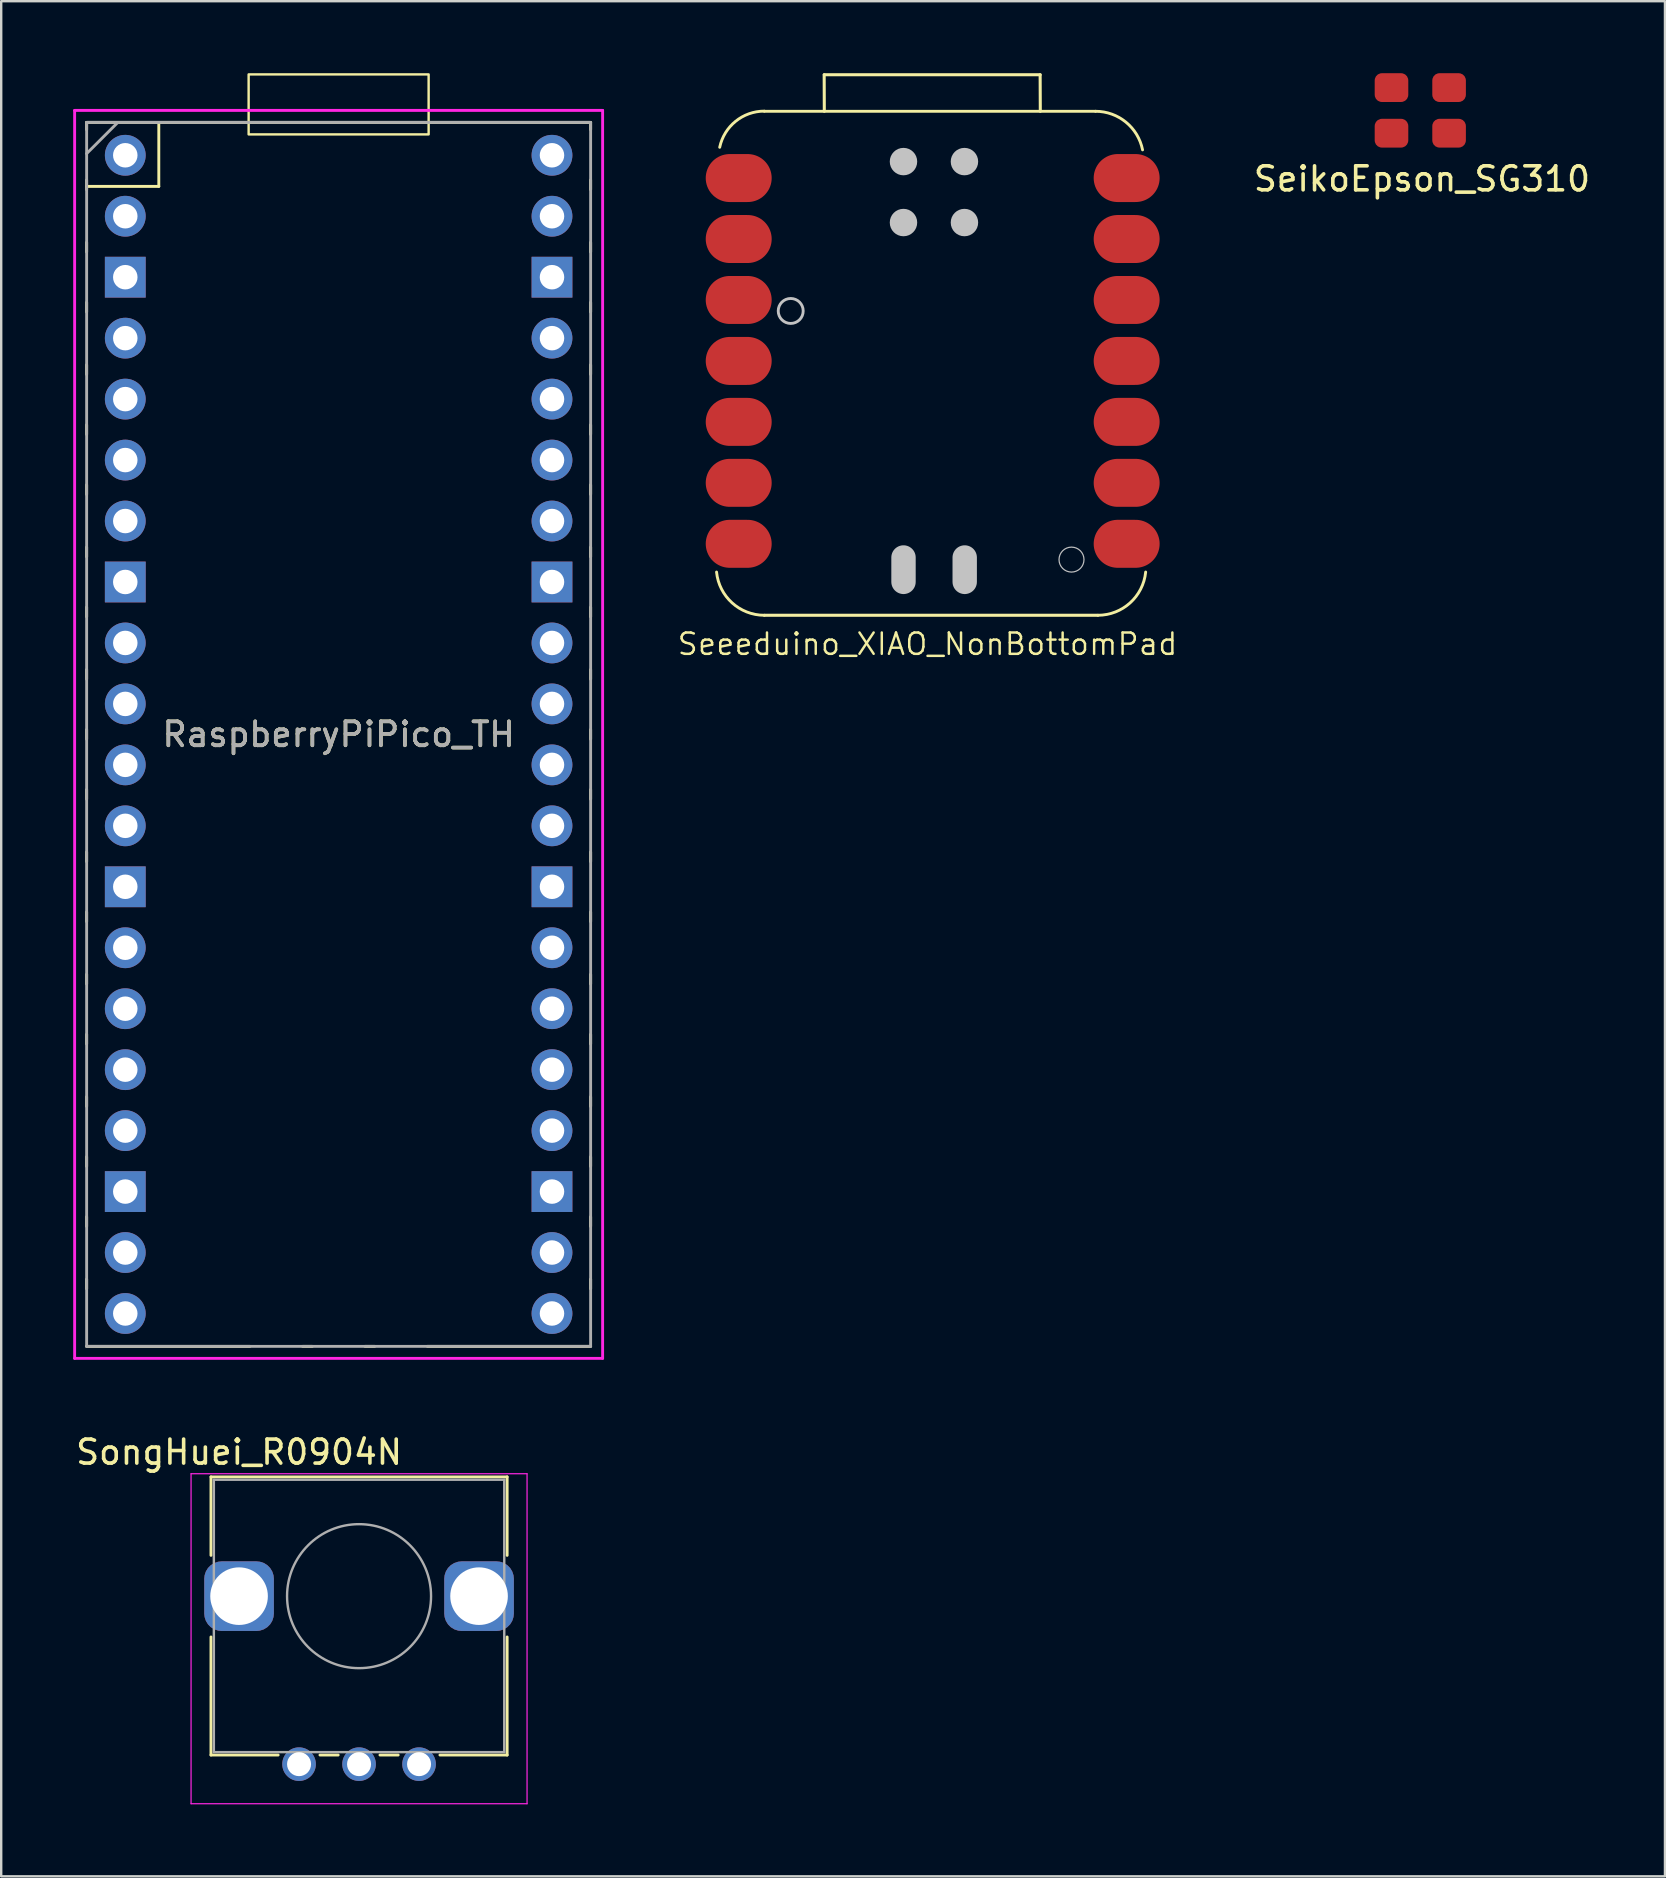
<source format=kicad_pcb>
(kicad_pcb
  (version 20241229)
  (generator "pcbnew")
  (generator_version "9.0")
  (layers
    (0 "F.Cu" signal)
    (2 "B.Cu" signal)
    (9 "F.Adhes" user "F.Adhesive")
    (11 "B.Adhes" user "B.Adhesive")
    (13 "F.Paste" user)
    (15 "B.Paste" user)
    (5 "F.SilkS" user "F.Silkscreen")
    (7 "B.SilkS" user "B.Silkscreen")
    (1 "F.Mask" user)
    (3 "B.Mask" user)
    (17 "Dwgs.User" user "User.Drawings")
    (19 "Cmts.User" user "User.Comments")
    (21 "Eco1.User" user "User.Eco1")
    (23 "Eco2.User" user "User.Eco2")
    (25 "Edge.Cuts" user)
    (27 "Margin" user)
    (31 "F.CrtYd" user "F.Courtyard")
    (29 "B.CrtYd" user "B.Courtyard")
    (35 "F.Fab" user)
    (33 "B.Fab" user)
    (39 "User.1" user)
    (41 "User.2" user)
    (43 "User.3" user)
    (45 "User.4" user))
  (footprint "Seeeduino_XIAO_NonBottomPad"
    (layer "F.Cu")
    (at 26.897 22.487)
    (property "Reference" "Seeeduino_XIAO_NonBottomPad" (at 8.7 1.3 0) (layer "F.SilkS") (effects (font (size 0.889 0.889) (thickness 0.102))))
    (attr smd)
    (fp_line (start 1.9 0.1) (end 15.8 0.1) (stroke (width 0.127) (type solid)) (layer "F.SilkS"))
    (fp_line (start 4.399 -22.423) (end 13.393 -22.423) (stroke (width 0.127) (type solid)) (layer "F.SilkS"))
    (fp_line (start 4.4 -20.9) (end 4.394 -22.423) (stroke (width 0.127) (type solid)) (layer "F.SilkS"))
    (fp_line (start 13.393 -22.423) (end 13.4 -20.9) (stroke (width 0.127) (type solid)) (layer "F.SilkS"))
    (fp_line (start 15.7 -20.9) (end 1.9 -20.9) (stroke (width 0.12) (type solid)) (layer "F.SilkS"))
    (fp_arc (start 0.041193 -19.4) (mid 0.70368 -20.482589) (end 1.9 -20.906506) (stroke (width 0.12) (type solid)) (layer "F.SilkS"))
    (fp_arc (start 1.9 0.1) (mid 0.557852 -0.417219) (end -0.090111 -1.701361) (stroke (width 0.12) (type solid)) (layer "F.SilkS"))
    (fp_arc (start 15.7 -20.9) (mid 16.967978 -20.446684) (end 17.661161 -19.292232) (stroke (width 0.12) (type solid)) (layer "F.SilkS"))
    (fp_arc (start 17.790074 -1.700993) (mid 17.142011 -0.417095) (end 15.8 0.1) (stroke (width 0.12) (type solid)) (layer "F.SilkS"))
    (fp_circle (center 3 -12.58) (end 3.52 -12.58) (stroke (width 0.12) (type solid)) (fill no) (layer "Dwgs.User"))
    (fp_circle (center 14.7 -2.22) (end 15.22 -2.22) (stroke (width 0.05) (type solid)) (fill no) (layer "Dwgs.User"))
    (pad "" smd circle (at 7.699 -18.804 90) (size 1.143 1.143) (layers "Dwgs.User"))
    (pad "" smd circle (at 7.699 -16.264 90) (size 1.143 1.143) (layers "Dwgs.User"))
    (pad "" smd oval (at 7.7 -1.8 90) (size 2.032 1.016) (layers "Dwgs.User"))
    (pad "" smd circle (at 10.239 -18.804 90) (size 1.143 1.143) (layers "Dwgs.User"))
    (pad "" smd circle (at 10.239 -16.264 90) (size 1.143 1.143) (layers "Dwgs.User"))
    (pad "" smd oval (at 10.25 -1.8 90) (size 2.032 1.016) (layers "Dwgs.User"))
    (pad "1" smd oval (at 0.833 -18.118) (size 2.748 1.999) (layers "F.Cu" "F.Mask" "F.Paste"))
    (pad "2" smd oval (at 0.833 -15.578) (size 2.748 1.999) (layers "F.Cu" "F.Mask" "F.Paste"))
    (pad "3" smd oval (at 0.833 -13.038) (size 2.748 1.999) (layers "F.Cu" "F.Mask" "F.Paste"))
    (pad "4" smd oval (at 0.833 -10.498) (size 2.748 1.999) (layers "F.Cu" "F.Mask" "F.Paste"))
    (pad "5" smd oval (at 0.833 -7.958) (size 2.748 1.999) (layers "F.Cu" "F.Mask" "F.Paste"))
    (pad "6" smd oval (at 0.833 -5.418) (size 2.748 1.999) (layers "F.Cu" "F.Mask" "F.Paste"))
    (pad "7" smd oval (at 0.833 -2.878) (size 2.748 1.999) (layers "F.Cu" "F.Mask" "F.Paste"))
    (pad "8" smd oval (at 16.998 -2.878) (size 2.748 1.999) (layers "F.Cu" "F.Mask" "F.Paste"))
    (pad "9" smd oval (at 16.998 -5.418) (size 2.748 1.999) (layers "F.Cu" "F.Mask" "F.Paste"))
    (pad "10" smd oval (at 16.998 -7.958) (size 2.748 1.999) (layers "F.Cu" "F.Mask" "F.Paste"))
    (pad "11" smd oval (at 16.998 -10.498) (size 2.748 1.999) (layers "F.Cu" "F.Mask" "F.Paste"))
    (pad "12" smd oval (at 16.998 -13.038) (size 2.748 1.999) (layers "F.Cu" "F.Mask" "F.Paste"))
    (pad "13" smd oval (at 16.998 -15.578) (size 2.748 1.999) (layers "F.Cu" "F.Mask" "F.Paste"))
    (pad "14" smd oval (at 16.998 -18.118) (size 2.748 1.999) (layers "F.Cu" "F.Mask" "F.Paste")))
  (footprint "SeikoEpson_SG310"
    (layer "F.Cu")
    (at 54.93 2.5)
    (property "Reference" "SeikoEpson_SG310" (at 1.27 1.905 0) (layer "F.SilkS") (effects (font (size 1 1) (thickness 0.15))))
    (attr smd)
    (pad "1" smd roundrect (at 0 0) (size 1.4 1.2) (layers "F.Cu" "F.Mask" "F.Paste") (roundrect_rratio 0.25))
    (pad "2" smd roundrect (at 2.4 0) (size 1.4 1.2) (layers "F.Cu" "F.Mask" "F.Paste") (roundrect_rratio 0.25))
    (pad "3" smd roundrect (at 2.4 -1.9) (size 1.4 1.2) (layers "F.Cu" "F.Mask" "F.Paste") (roundrect_rratio 0.25))
    (pad "4" smd roundrect (at 0 -1.9) (size 1.4 1.2) (layers "F.Cu" "F.Mask" "F.Paste") (roundrect_rratio 0.25)))
  (footprint "SongHuei_R0904N"
    (layer "F.Cu")
    (at 11.911 63.458)
    (property "Reference" "SongHuei_R0904N" (at -5 -6 180) (layer "F.SilkS") (effects (font (size 1 1) (thickness 0.15))))
    (attr through_hole)
    (fp_line (start -6.17 -4.97) (end 6.17 -4.97) (stroke (width 0.12) (type solid)) (layer "F.SilkS"))
    (fp_line (start -6.17 -1.7) (end -6.17 -4.97) (stroke (width 0.12) (type solid)) (layer "F.SilkS"))
    (fp_line (start -6.17 6.62) (end -6.17 1.7) (stroke (width 0.12) (type solid)) (layer "F.SilkS"))
    (fp_line (start -6.17 6.62) (end -3.371 6.62) (stroke (width 0.12) (type solid)) (layer "F.SilkS"))
    (fp_line (start -1.629 6.62) (end -0.87 6.62) (stroke (width 0.12) (type solid)) (layer "F.SilkS"))
    (fp_line (start 0.871 6.62) (end 1.63 6.62) (stroke (width 0.12) (type solid)) (layer "F.SilkS"))
    (fp_line (start 3.37 6.62) (end 6.17 6.62) (stroke (width 0.12) (type solid)) (layer "F.SilkS"))
    (fp_line (start 6.17 -1.7) (end 6.17 -4.97) (stroke (width 0.12) (type solid)) (layer "F.SilkS"))
    (fp_line (start 6.17 6.62) (end 6.17 1.7) (stroke (width 0.12) (type solid)) (layer "F.SilkS"))
    (fp_line (start -7 -5.1) (end -7 8.65) (stroke (width 0.05) (type solid)) (layer "F.CrtYd"))
    (fp_line (start -7 8.65) (end 7 8.65) (stroke (width 0.05) (type solid)) (layer "F.CrtYd"))
    (fp_line (start 7 -5.1) (end -7 -5.1) (stroke (width 0.05) (type solid)) (layer "F.CrtYd"))
    (fp_line (start 7 8.65) (end 7 -5.1) (stroke (width 0.05) (type solid)) (layer "F.CrtYd"))
    (fp_line (start -6.05 -4.85) (end -6.05 6.5) (stroke (width 0.1) (type solid)) (layer "F.Fab"))
    (fp_line (start -6.05 6.5) (end 6.05 6.5) (stroke (width 0.1) (type solid)) (layer "F.Fab"))
    (fp_line (start 6.05 -4.85) (end -6.05 -4.85) (stroke (width 0.1) (type solid)) (layer "F.Fab"))
    (fp_line (start 6.05 6.5) (end 6.05 -4.85) (stroke (width 0.1) (type solid)) (layer "F.Fab"))
    (fp_circle (center 0 0) (end 0 -3) (stroke (width 0.1) (type solid)) (fill no) (layer "F.Fab"))
    (pad "" thru_hole roundrect (at -5 0 90) (size 2.9 2.9) (drill 2.4) (layers "*.Cu" "*.Mask") (roundrect_rratio 0.25))
    (pad "" thru_hole roundrect (at 5 0 90) (size 2.9 2.9) (drill 2.4) (layers "*.Cu" "*.Mask") (roundrect_rratio 0.25))
    (pad "1" thru_hole circle (at -2.5 7 90) (size 1.4 1.4) (drill 1) (layers "*.Cu" "*.Mask"))
    (pad "2" thru_hole circle (at 0 7 90) (size 1.4 1.4) (drill 1) (layers "*.Cu" "*.Mask"))
    (pad "3" thru_hole circle (at 2.5 7 90) (size 1.4 1.4) (drill 1) (layers "*.Cu" "*.Mask")))
  (footprint "RaspberryPiPico_TH"
    (layer "F.Cu")
    (at 11.06 27.55)
    (property "Reference" "RaspberryPiPico_TH" (at 0 0 0) (layer "F.SilkS") (effects (font (size 1 1) (thickness 0.15))))
    (attr through_hole)
    (fp_line (start -10.5 -25.5) (end -10.5 -25.2) (stroke (width 0.12) (type solid)) (layer "F.SilkS"))
    (fp_line (start -10.5 -25.5) (end 10.5 -25.5) (stroke (width 0.12) (type solid)) (layer "F.SilkS"))
    (fp_line (start -10.5 -23.1) (end -10.5 -22.7) (stroke (width 0.12) (type solid)) (layer "F.SilkS"))
    (fp_line (start -10.5 -22.833) (end -7.493 -22.833) (stroke (width 0.12) (type solid)) (layer "F.SilkS"))
    (fp_line (start -10.5 -20.5) (end -10.5 -20.1) (stroke (width 0.12) (type solid)) (layer "F.SilkS"))
    (fp_line (start -10.5 -18) (end -10.5 -17.6) (stroke (width 0.12) (type solid)) (layer "F.SilkS"))
    (fp_line (start -10.5 -15.4) (end -10.5 -15) (stroke (width 0.12) (type solid)) (layer "F.SilkS"))
    (fp_line (start -10.5 -12.9) (end -10.5 -12.5) (stroke (width 0.12) (type solid)) (layer "F.SilkS"))
    (fp_line (start -10.5 -10.4) (end -10.5 -10) (stroke (width 0.12) (type solid)) (layer "F.SilkS"))
    (fp_line (start -10.5 -7.8) (end -10.5 -7.4) (stroke (width 0.12) (type solid)) (layer "F.SilkS"))
    (fp_line (start -10.5 -5.3) (end -10.5 -4.9) (stroke (width 0.12) (type solid)) (layer "F.SilkS"))
    (fp_line (start -10.5 -2.7) (end -10.5 -2.3) (stroke (width 0.12) (type solid)) (layer "F.SilkS"))
    (fp_line (start -10.5 -0.2) (end -10.5 0.2) (stroke (width 0.12) (type solid)) (layer "F.SilkS"))
    (fp_line (start -10.5 2.3) (end -10.5 2.7) (stroke (width 0.12) (type solid)) (layer "F.SilkS"))
    (fp_line (start -10.5 4.9) (end -10.5 5.3) (stroke (width 0.12) (type solid)) (layer "F.SilkS"))
    (fp_line (start -10.5 7.4) (end -10.5 7.8) (stroke (width 0.12) (type solid)) (layer "F.SilkS"))
    (fp_line (start -10.5 10) (end -10.5 10.4) (stroke (width 0.12) (type solid)) (layer "F.SilkS"))
    (fp_line (start -10.5 12.5) (end -10.5 12.9) (stroke (width 0.12) (type solid)) (layer "F.SilkS"))
    (fp_line (start -10.5 15.1) (end -10.5 15.5) (stroke (width 0.12) (type solid)) (layer "F.SilkS"))
    (fp_line (start -10.5 17.6) (end -10.5 18) (stroke (width 0.12) (type solid)) (layer "F.SilkS"))
    (fp_line (start -10.5 20.1) (end -10.5 20.5) (stroke (width 0.12) (type solid)) (layer "F.SilkS"))
    (fp_line (start -10.5 22.7) (end -10.5 23.1) (stroke (width 0.12) (type solid)) (layer "F.SilkS"))
    (fp_line (start -7.493 -22.833) (end -7.493 -25.5) (stroke (width 0.12) (type solid)) (layer "F.SilkS"))
    (fp_line (start -3.7 25.5) (end -10.5 25.5) (stroke (width 0.12) (type solid)) (layer "F.SilkS"))
    (fp_line (start -1.5 25.5) (end -1.1 25.5) (stroke (width 0.12) (type solid)) (layer "F.SilkS"))
    (fp_line (start 1.1 25.5) (end 1.5 25.5) (stroke (width 0.12) (type solid)) (layer "F.SilkS"))
    (fp_line (start 10.5 -25.5) (end 10.5 -25.2) (stroke (width 0.12) (type solid)) (layer "F.SilkS"))
    (fp_line (start 10.5 -23.1) (end 10.5 -22.7) (stroke (width 0.12) (type solid)) (layer "F.SilkS"))
    (fp_line (start 10.5 -20.5) (end 10.5 -20.1) (stroke (width 0.12) (type solid)) (layer "F.SilkS"))
    (fp_line (start 10.5 -18) (end 10.5 -17.6) (stroke (width 0.12) (type solid)) (layer "F.SilkS"))
    (fp_line (start 10.5 -15.4) (end 10.5 -15) (stroke (width 0.12) (type solid)) (layer "F.SilkS"))
    (fp_line (start 10.5 -12.9) (end 10.5 -12.5) (stroke (width 0.12) (type solid)) (layer "F.SilkS"))
    (fp_line (start 10.5 -10.4) (end 10.5 -10) (stroke (width 0.12) (type solid)) (layer "F.SilkS"))
    (fp_line (start 10.5 -7.8) (end 10.5 -7.4) (stroke (width 0.12) (type solid)) (layer "F.SilkS"))
    (fp_line (start 10.5 -5.3) (end 10.5 -4.9) (stroke (width 0.12) (type solid)) (layer "F.SilkS"))
    (fp_line (start 10.5 -2.7) (end 10.5 -2.3) (stroke (width 0.12) (type solid)) (layer "F.SilkS"))
    (fp_line (start 10.5 -0.2) (end 10.5 0.2) (stroke (width 0.12) (type solid)) (layer "F.SilkS"))
    (fp_line (start 10.5 2.3) (end 10.5 2.7) (stroke (width 0.12) (type solid)) (layer "F.SilkS"))
    (fp_line (start 10.5 4.9) (end 10.5 5.3) (stroke (width 0.12) (type solid)) (layer "F.SilkS"))
    (fp_line (start 10.5 7.4) (end 10.5 7.8) (stroke (width 0.12) (type solid)) (layer "F.SilkS"))
    (fp_line (start 10.5 10) (end 10.5 10.4) (stroke (width 0.12) (type solid)) (layer "F.SilkS"))
    (fp_line (start 10.5 12.5) (end 10.5 12.9) (stroke (width 0.12) (type solid)) (layer "F.SilkS"))
    (fp_line (start 10.5 15.1) (end 10.5 15.5) (stroke (width 0.12) (type solid)) (layer "F.SilkS"))
    (fp_line (start 10.5 17.6) (end 10.5 18) (stroke (width 0.12) (type solid)) (layer "F.SilkS"))
    (fp_line (start 10.5 20.1) (end 10.5 20.5) (stroke (width 0.12) (type solid)) (layer "F.SilkS"))
    (fp_line (start 10.5 22.7) (end 10.5 23.1) (stroke (width 0.12) (type solid)) (layer "F.SilkS"))
    (fp_line (start 10.5 25.5) (end 3.7 25.5) (stroke (width 0.12) (type solid)) (layer "F.SilkS"))
    (fp_rect (start -3.75 -27.5) (end 3.75 -25) (stroke (width 0.1) (type default)) (fill no) (layer "F.SilkS"))
    (fp_line (start -11 -26) (end 11 -26) (stroke (width 0.12) (type solid)) (layer "F.CrtYd"))
    (fp_line (start -11 26) (end -11 -26) (stroke (width 0.12) (type solid)) (layer "F.CrtYd"))
    (fp_line (start 11 -26) (end 11 26) (stroke (width 0.12) (type solid)) (layer "F.CrtYd"))
    (fp_line (start 11 26) (end -11 26) (stroke (width 0.12) (type solid)) (layer "F.CrtYd"))
    (fp_line (start -10.5 -25.5) (end 10.5 -25.5) (stroke (width 0.12) (type solid)) (layer "F.Fab"))
    (fp_line (start -10.5 -24.2) (end -9.2 -25.5) (stroke (width 0.12) (type solid)) (layer "F.Fab"))
    (fp_line (start -10.5 25.5) (end -10.5 -25.5) (stroke (width 0.12) (type solid)) (layer "F.Fab"))
    (fp_line (start 10.5 -25.5) (end 10.5 25.5) (stroke (width 0.12) (type solid)) (layer "F.Fab"))
    (fp_line (start 10.5 25.5) (end -10.5 25.5) (stroke (width 0.12) (type solid)) (layer "F.Fab"))
    (fp_text user "${REFERENCE}" (at 0 0 180) (layer "F.Fab") (effects (font (size 1 1) (thickness 0.15))))
    (pad "1" thru_hole oval (at -8.89 -24.13) (size 1.7 1.7) (drill 1.02) (layers "*.Cu" "*.Mask"))
    (pad "2" thru_hole oval (at -8.89 -21.59) (size 1.7 1.7) (drill 1.02) (layers "*.Cu" "*.Mask"))
    (pad "3" thru_hole rect (at -8.89 -19.05) (size 1.7 1.7) (drill 1.02) (layers "*.Cu" "*.Mask"))
    (pad "4" thru_hole oval (at -8.89 -16.51) (size 1.7 1.7) (drill 1.02) (layers "*.Cu" "*.Mask"))
    (pad "5" thru_hole oval (at -8.89 -13.97) (size 1.7 1.7) (drill 1.02) (layers "*.Cu" "*.Mask"))
    (pad "6" thru_hole oval (at -8.89 -11.43) (size 1.7 1.7) (drill 1.02) (layers "*.Cu" "*.Mask"))
    (pad "7" thru_hole oval (at -8.89 -8.89) (size 1.7 1.7) (drill 1.02) (layers "*.Cu" "*.Mask"))
    (pad "8" thru_hole rect (at -8.89 -6.35) (size 1.7 1.7) (drill 1.02) (layers "*.Cu" "*.Mask"))
    (pad "9" thru_hole oval (at -8.89 -3.81) (size 1.7 1.7) (drill 1.02) (layers "*.Cu" "*.Mask"))
    (pad "10" thru_hole oval (at -8.89 -1.27) (size 1.7 1.7) (drill 1.02) (layers "*.Cu" "*.Mask"))
    (pad "11" thru_hole oval (at -8.89 1.27) (size 1.7 1.7) (drill 1.02) (layers "*.Cu" "*.Mask"))
    (pad "12" thru_hole oval (at -8.89 3.81) (size 1.7 1.7) (drill 1.02) (layers "*.Cu" "*.Mask"))
    (pad "13" thru_hole rect (at -8.89 6.35) (size 1.7 1.7) (drill 1.02) (layers "*.Cu" "*.Mask"))
    (pad "14" thru_hole oval (at -8.89 8.89) (size 1.7 1.7) (drill 1.02) (layers "*.Cu" "*.Mask"))
    (pad "15" thru_hole oval (at -8.89 11.43) (size 1.7 1.7) (drill 1.02) (layers "*.Cu" "*.Mask"))
    (pad "16" thru_hole oval (at -8.89 13.97) (size 1.7 1.7) (drill 1.02) (layers "*.Cu" "*.Mask"))
    (pad "17" thru_hole oval (at -8.89 16.51) (size 1.7 1.7) (drill 1.02) (layers "*.Cu" "*.Mask"))
    (pad "18" thru_hole rect (at -8.89 19.05) (size 1.7 1.7) (drill 1.02) (layers "*.Cu" "*.Mask"))
    (pad "19" thru_hole oval (at -8.89 21.59) (size 1.7 1.7) (drill 1.02) (layers "*.Cu" "*.Mask"))
    (pad "20" thru_hole oval (at -8.89 24.13) (size 1.7 1.7) (drill 1.02) (layers "*.Cu" "*.Mask"))
    (pad "21" thru_hole oval (at 8.89 24.13) (size 1.7 1.7) (drill 1.02) (layers "*.Cu" "*.Mask"))
    (pad "22" thru_hole oval (at 8.89 21.59) (size 1.7 1.7) (drill 1.02) (layers "*.Cu" "*.Mask"))
    (pad "23" thru_hole rect (at 8.89 19.05) (size 1.7 1.7) (drill 1.02) (layers "*.Cu" "*.Mask"))
    (pad "24" thru_hole oval (at 8.89 16.51) (size 1.7 1.7) (drill 1.02) (layers "*.Cu" "*.Mask"))
    (pad "25" thru_hole oval (at 8.89 13.97) (size 1.7 1.7) (drill 1.02) (layers "*.Cu" "*.Mask"))
    (pad "26" thru_hole oval (at 8.89 11.43) (size 1.7 1.7) (drill 1.02) (layers "*.Cu" "*.Mask"))
    (pad "27" thru_hole oval (at 8.89 8.89) (size 1.7 1.7) (drill 1.02) (layers "*.Cu" "*.Mask"))
    (pad "28" thru_hole rect (at 8.89 6.35) (size 1.7 1.7) (drill 1.02) (layers "*.Cu" "*.Mask"))
    (pad "29" thru_hole oval (at 8.89 3.81) (size 1.7 1.7) (drill 1.02) (layers "*.Cu" "*.Mask"))
    (pad "30" thru_hole oval (at 8.89 1.27) (size 1.7 1.7) (drill 1.02) (layers "*.Cu" "*.Mask"))
    (pad "31" thru_hole oval (at 8.89 -1.27) (size 1.7 1.7) (drill 1.02) (layers "*.Cu" "*.Mask"))
    (pad "32" thru_hole oval (at 8.89 -3.81) (size 1.7 1.7) (drill 1.02) (layers "*.Cu" "*.Mask"))
    (pad "33" thru_hole rect (at 8.89 -6.35) (size 1.7 1.7) (drill 1.02) (layers "*.Cu" "*.Mask"))
    (pad "34" thru_hole oval (at 8.89 -8.89) (size 1.7 1.7) (drill 1.02) (layers "*.Cu" "*.Mask"))
    (pad "35" thru_hole oval (at 8.89 -11.43) (size 1.7 1.7) (drill 1.02) (layers "*.Cu" "*.Mask"))
    (pad "36" thru_hole oval (at 8.89 -13.97) (size 1.7 1.7) (drill 1.02) (layers "*.Cu" "*.Mask"))
    (pad "37" thru_hole oval (at 8.89 -16.51) (size 1.7 1.7) (drill 1.02) (layers "*.Cu" "*.Mask"))
    (pad "38" thru_hole rect (at 8.89 -19.05) (size 1.7 1.7) (drill 1.02) (layers "*.Cu" "*.Mask"))
    (pad "39" thru_hole oval (at 8.89 -21.59) (size 1.7 1.7) (drill 1.02) (layers "*.Cu" "*.Mask"))
    (pad "40" thru_hole oval (at 8.89 -24.13) (size 1.7 1.7) (drill 1.02) (layers "*.Cu" "*.Mask")))
  (gr_rect
    (start -3 -3)
    (end 66.325 75.133)
    (stroke (width 0.1) (type default))
    (fill no)
    (layer "Edge.Cuts")))
</source>
